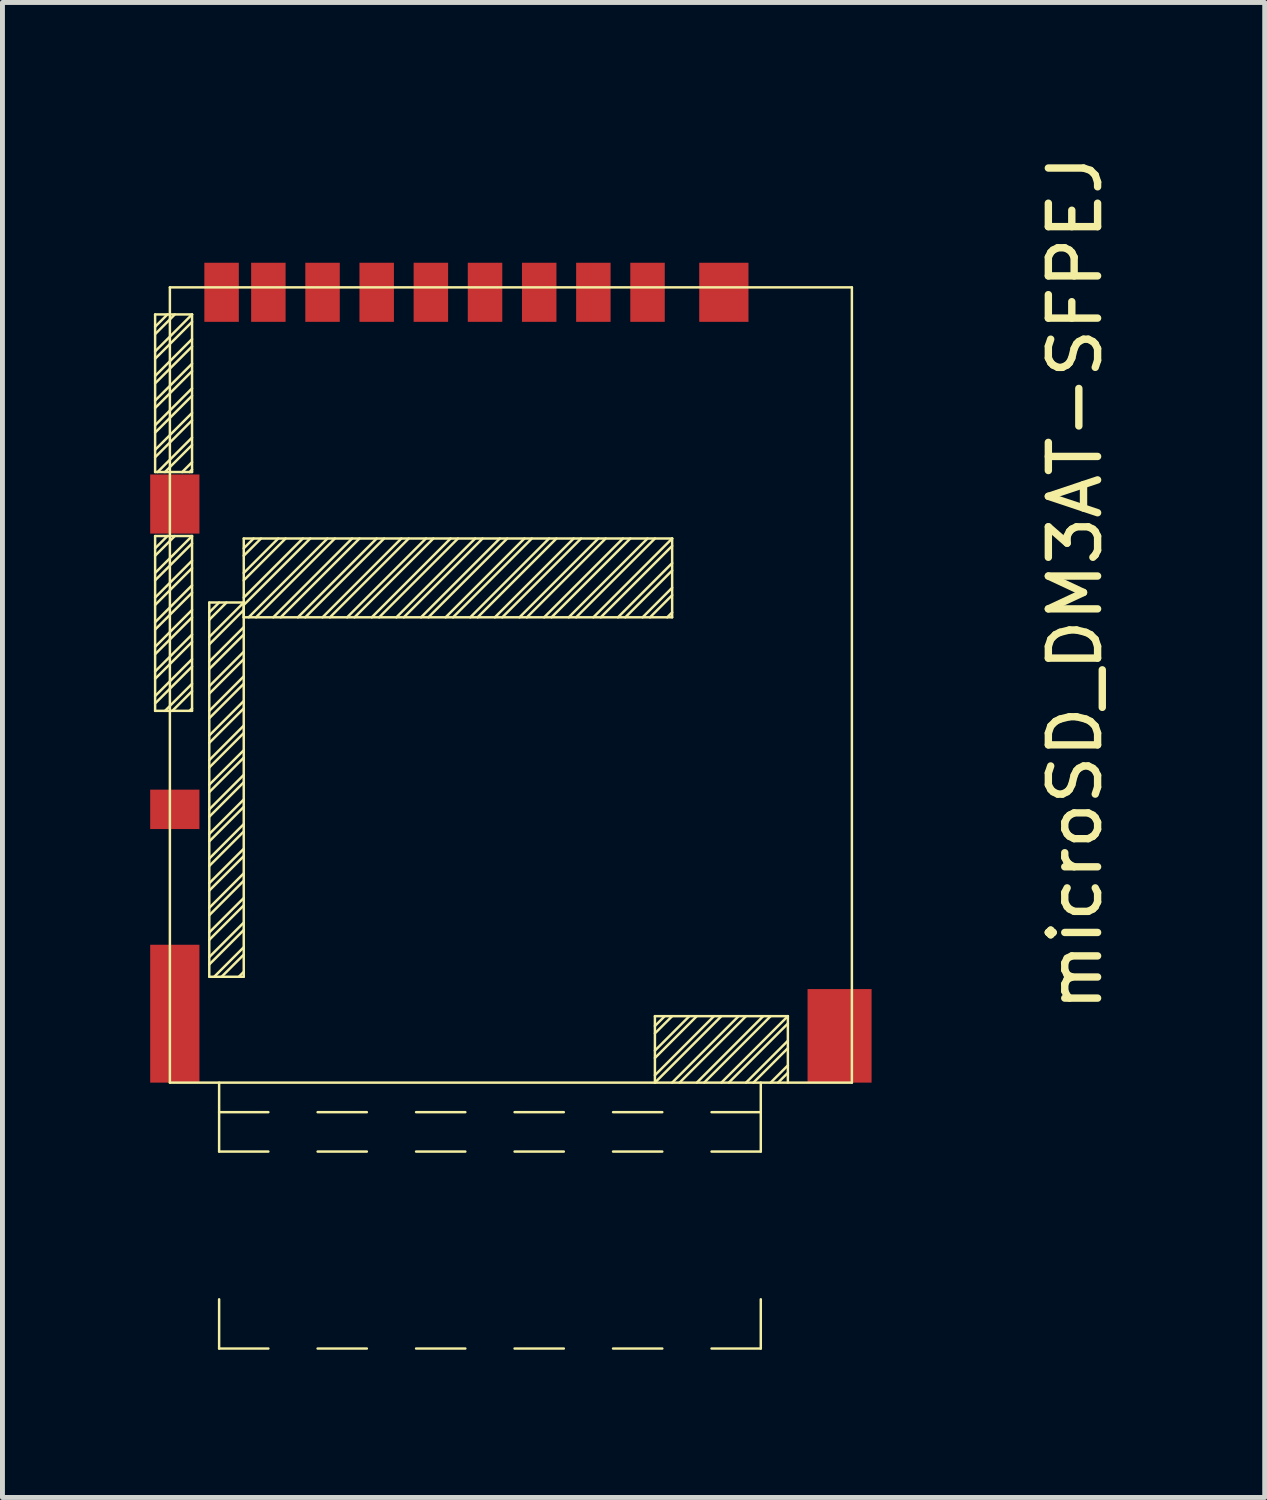
<source format=kicad_pcb>
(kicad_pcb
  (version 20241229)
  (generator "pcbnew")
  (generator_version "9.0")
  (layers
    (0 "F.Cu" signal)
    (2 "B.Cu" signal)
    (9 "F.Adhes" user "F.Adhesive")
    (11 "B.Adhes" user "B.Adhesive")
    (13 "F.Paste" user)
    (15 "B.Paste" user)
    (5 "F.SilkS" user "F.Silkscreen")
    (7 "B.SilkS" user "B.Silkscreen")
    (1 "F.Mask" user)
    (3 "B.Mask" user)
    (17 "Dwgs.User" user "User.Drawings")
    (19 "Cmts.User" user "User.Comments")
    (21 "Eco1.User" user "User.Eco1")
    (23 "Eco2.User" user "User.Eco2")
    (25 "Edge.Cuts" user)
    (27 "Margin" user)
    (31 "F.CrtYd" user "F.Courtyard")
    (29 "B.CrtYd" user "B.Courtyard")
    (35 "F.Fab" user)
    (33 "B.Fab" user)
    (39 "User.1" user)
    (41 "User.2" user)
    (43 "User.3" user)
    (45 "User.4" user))
  (footprint "microSD_DM3AT-SFPEJ"
    (layer "F.Cu")
    (at 1.45 2.886)
    (property "Reference" "microSD_DM3AT-SFPEJ" (at 17.335 5.905 90) (layer "F.SilkS") (effects (font (size 1 1) (thickness 0.15))))
    (attr through_hole)
    (fp_line (start -1.35 0.7) (end -1.1 0.45) (stroke (width 0.05) (type solid)) (layer "F.SilkS"))
    (fp_line (start -1.35 3.65) (end -1.35 0.45) (stroke (width 0.05) (type solid)) (layer "F.SilkS"))
    (fp_line (start -1.35 4.95) (end -0.6 4.95) (stroke (width 0.05) (type solid)) (layer "F.SilkS"))
    (fp_line (start -1.35 5.2) (end -1.1 4.95) (stroke (width 0.05) (type solid)) (layer "F.SilkS"))
    (fp_line (start -1.35 8.5) (end -1.35 4.95) (stroke (width 0.05) (type solid)) (layer "F.SilkS"))
    (fp_line (start -1.05 -0.1) (end -1.05 16.05) (stroke (width 0.05) (type solid)) (layer "F.SilkS"))
    (fp_line (start -1.05 -0.1) (end 12.8 -0.1) (stroke (width 0.05) (type solid)) (layer "F.SilkS"))
    (fp_line (start -1.05 16.05) (end 12.8 16.05) (stroke (width 0.05) (type solid)) (layer "F.SilkS"))
    (fp_line (start -0.95 0.45) (end -1.35 0.85) (stroke (width 0.05) (type solid)) (layer "F.SilkS"))
    (fp_line (start -0.95 4.95) (end -1.35 5.35) (stroke (width 0.05) (type solid)) (layer "F.SilkS"))
    (fp_line (start -0.6 0.45) (end -1.35 0.45) (stroke (width 0.05) (type solid)) (layer "F.SilkS"))
    (fp_line (start -0.6 0.45) (end -1.35 1.2) (stroke (width 0.05) (type solid)) (layer "F.SilkS"))
    (fp_line (start -0.6 0.45) (end -0.6 3.65) (stroke (width 0.05) (type solid)) (layer "F.SilkS"))
    (fp_line (start -0.6 0.6) (end -1.35 1.35) (stroke (width 0.05) (type solid)) (layer "F.SilkS"))
    (fp_line (start -0.6 0.95) (end -1.35 1.7) (stroke (width 0.05) (type solid)) (layer "F.SilkS"))
    (fp_line (start -0.6 1.1) (end -1.35 1.85) (stroke (width 0.05) (type solid)) (layer "F.SilkS"))
    (fp_line (start -0.6 1.45) (end -1.35 2.2) (stroke (width 0.05) (type solid)) (layer "F.SilkS"))
    (fp_line (start -0.6 1.6) (end -1.35 2.35) (stroke (width 0.05) (type solid)) (layer "F.SilkS"))
    (fp_line (start -0.6 1.95) (end -1.35 2.7) (stroke (width 0.05) (type solid)) (layer "F.SilkS"))
    (fp_line (start -0.6 2.1) (end -1.35 2.85) (stroke (width 0.05) (type solid)) (layer "F.SilkS"))
    (fp_line (start -0.6 2.45) (end -1.35 3.2) (stroke (width 0.05) (type solid)) (layer "F.SilkS"))
    (fp_line (start -0.6 2.6) (end -1.35 3.35) (stroke (width 0.05) (type solid)) (layer "F.SilkS"))
    (fp_line (start -0.6 2.95) (end -1.3 3.65) (stroke (width 0.05) (type solid)) (layer "F.SilkS"))
    (fp_line (start -0.6 3.1) (end -1.15 3.65) (stroke (width 0.05) (type solid)) (layer "F.SilkS"))
    (fp_line (start -0.6 3.45) (end -0.8 3.65) (stroke (width 0.05) (type solid)) (layer "F.SilkS"))
    (fp_line (start -0.6 3.6) (end -0.65 3.65) (stroke (width 0.05) (type solid)) (layer "F.SilkS"))
    (fp_line (start -0.6 3.65) (end -1.35 3.65) (stroke (width 0.05) (type solid)) (layer "F.SilkS"))
    (fp_line (start -0.6 4.95) (end -1.35 5.7) (stroke (width 0.05) (type solid)) (layer "F.SilkS"))
    (fp_line (start -0.6 4.95) (end -0.6 8.5) (stroke (width 0.05) (type solid)) (layer "F.SilkS"))
    (fp_line (start -0.6 5.1) (end -1.35 5.85) (stroke (width 0.05) (type solid)) (layer "F.SilkS"))
    (fp_line (start -0.6 5.45) (end -1.35 6.2) (stroke (width 0.05) (type solid)) (layer "F.SilkS"))
    (fp_line (start -0.6 5.6) (end -1.35 6.35) (stroke (width 0.05) (type solid)) (layer "F.SilkS"))
    (fp_line (start -0.6 5.95) (end -1.35 6.7) (stroke (width 0.05) (type solid)) (layer "F.SilkS"))
    (fp_line (start -0.6 6.1) (end -1.35 6.85) (stroke (width 0.05) (type solid)) (layer "F.SilkS"))
    (fp_line (start -0.6 6.45) (end -1.35 7.2) (stroke (width 0.05) (type solid)) (layer "F.SilkS"))
    (fp_line (start -0.6 6.6) (end -1.35 7.35) (stroke (width 0.05) (type solid)) (layer "F.SilkS"))
    (fp_line (start -0.6 6.95) (end -1.35 7.7) (stroke (width 0.05) (type solid)) (layer "F.SilkS"))
    (fp_line (start -0.6 7.1) (end -1.35 7.85) (stroke (width 0.05) (type solid)) (layer "F.SilkS"))
    (fp_line (start -0.6 7.45) (end -1.35 8.2) (stroke (width 0.05) (type solid)) (layer "F.SilkS"))
    (fp_line (start -0.6 7.6) (end -1.35 8.35) (stroke (width 0.05) (type solid)) (layer "F.SilkS"))
    (fp_line (start -0.6 7.95) (end -1.15 8.5) (stroke (width 0.05) (type solid)) (layer "F.SilkS"))
    (fp_line (start -0.6 8.1) (end -1 8.5) (stroke (width 0.05) (type solid)) (layer "F.SilkS"))
    (fp_line (start -0.6 8.45) (end -0.65 8.5) (stroke (width 0.05) (type solid)) (layer "F.SilkS"))
    (fp_line (start -0.6 8.5) (end -1.35 8.5) (stroke (width 0.05) (type solid)) (layer "F.SilkS"))
    (fp_line (start -0.25 6.3) (end 0.45 6.3) (stroke (width 0.05) (type solid)) (layer "F.SilkS"))
    (fp_line (start -0.25 6.5) (end -0.05 6.3) (stroke (width 0.05) (type solid)) (layer "F.SilkS"))
    (fp_line (start -0.25 13.9) (end -0.25 6.3) (stroke (width 0.05) (type solid)) (layer "F.SilkS"))
    (fp_line (start -0.05 16.05) (end -0.05 17.45) (stroke (width 0.05) (type solid)) (layer "F.SilkS"))
    (fp_line (start -0.05 20.45) (end -0.05 21.45) (stroke (width 0.05) (type solid)) (layer "F.SilkS"))
    (fp_line (start 0.1 6.3) (end -0.25 6.65) (stroke (width 0.05) (type solid)) (layer "F.SilkS"))
    (fp_line (start 0.45 5) (end 9.15 5) (stroke (width 0.05) (type solid)) (layer "F.SilkS"))
    (fp_line (start 0.45 6.3) (end -0.25 7) (stroke (width 0.05) (type solid)) (layer "F.SilkS"))
    (fp_line (start 0.45 6.3) (end 0.45 13.9) (stroke (width 0.05) (type solid)) (layer "F.SilkS"))
    (fp_line (start 0.45 6.45) (end -0.25 7.15) (stroke (width 0.05) (type solid)) (layer "F.SilkS"))
    (fp_line (start 0.45 6.6) (end 0.45 5) (stroke (width 0.05) (type solid)) (layer "F.SilkS"))
    (fp_line (start 0.45 6.8) (end -0.25 7.5) (stroke (width 0.05) (type solid)) (layer "F.SilkS"))
    (fp_line (start 0.45 6.95) (end -0.25 7.65) (stroke (width 0.05) (type solid)) (layer "F.SilkS"))
    (fp_line (start 0.45 7.3) (end -0.25 8) (stroke (width 0.05) (type solid)) (layer "F.SilkS"))
    (fp_line (start 0.45 7.45) (end -0.25 8.15) (stroke (width 0.05) (type solid)) (layer "F.SilkS"))
    (fp_line (start 0.45 7.8) (end -0.25 8.5) (stroke (width 0.05) (type solid)) (layer "F.SilkS"))
    (fp_line (start 0.45 7.95) (end -0.25 8.65) (stroke (width 0.05) (type solid)) (layer "F.SilkS"))
    (fp_line (start 0.45 8.3) (end -0.25 9) (stroke (width 0.05) (type solid)) (layer "F.SilkS"))
    (fp_line (start 0.45 8.45) (end -0.25 9.15) (stroke (width 0.05) (type solid)) (layer "F.SilkS"))
    (fp_line (start 0.45 8.8) (end -0.25 9.5) (stroke (width 0.05) (type solid)) (layer "F.SilkS"))
    (fp_line (start 0.45 8.95) (end -0.25 9.65) (stroke (width 0.05) (type solid)) (layer "F.SilkS"))
    (fp_line (start 0.45 9.3) (end -0.25 10) (stroke (width 0.05) (type solid)) (layer "F.SilkS"))
    (fp_line (start 0.45 9.45) (end -0.25 10.15) (stroke (width 0.05) (type solid)) (layer "F.SilkS"))
    (fp_line (start 0.45 9.8) (end -0.25 10.5) (stroke (width 0.05) (type solid)) (layer "F.SilkS"))
    (fp_line (start 0.45 9.95) (end -0.25 10.65) (stroke (width 0.05) (type solid)) (layer "F.SilkS"))
    (fp_line (start 0.45 10.3) (end -0.25 11) (stroke (width 0.05) (type solid)) (layer "F.SilkS"))
    (fp_line (start 0.45 10.45) (end -0.25 11.15) (stroke (width 0.05) (type solid)) (layer "F.SilkS"))
    (fp_line (start 0.45 10.8) (end -0.25 11.5) (stroke (width 0.05) (type solid)) (layer "F.SilkS"))
    (fp_line (start 0.45 10.95) (end -0.25 11.65) (stroke (width 0.05) (type solid)) (layer "F.SilkS"))
    (fp_line (start 0.45 11.3) (end -0.25 12) (stroke (width 0.05) (type solid)) (layer "F.SilkS"))
    (fp_line (start 0.45 11.45) (end -0.25 12.15) (stroke (width 0.05) (type solid)) (layer "F.SilkS"))
    (fp_line (start 0.45 11.8) (end -0.25 12.5) (stroke (width 0.05) (type solid)) (layer "F.SilkS"))
    (fp_line (start 0.45 11.95) (end -0.25 12.65) (stroke (width 0.05) (type solid)) (layer "F.SilkS"))
    (fp_line (start 0.45 12.3) (end -0.25 13) (stroke (width 0.05) (type solid)) (layer "F.SilkS"))
    (fp_line (start 0.45 12.45) (end -0.25 13.15) (stroke (width 0.05) (type solid)) (layer "F.SilkS"))
    (fp_line (start 0.45 12.8) (end -0.25 13.5) (stroke (width 0.05) (type solid)) (layer "F.SilkS"))
    (fp_line (start 0.45 12.95) (end -0.25 13.65) (stroke (width 0.05) (type solid)) (layer "F.SilkS"))
    (fp_line (start 0.45 13.3) (end -0.15 13.9) (stroke (width 0.05) (type solid)) (layer "F.SilkS"))
    (fp_line (start 0.45 13.45) (end 0 13.9) (stroke (width 0.05) (type solid)) (layer "F.SilkS"))
    (fp_line (start 0.45 13.8) (end 0.35 13.9) (stroke (width 0.05) (type solid)) (layer "F.SilkS"))
    (fp_line (start 0.45 13.9) (end -0.25 13.9) (stroke (width 0.05) (type solid)) (layer "F.SilkS"))
    (fp_line (start 0.65 5) (end 0.45 5.2) (stroke (width 0.05) (type solid)) (layer "F.SilkS"))
    (fp_line (start 0.8 5) (end 0.45 5.35) (stroke (width 0.05) (type solid)) (layer "F.SilkS"))
    (fp_line (start 0.95 16.65) (end -0.05 16.65) (stroke (width 0.05) (type solid)) (layer "F.SilkS"))
    (fp_line (start 0.95 17.45) (end -0.05 17.45) (stroke (width 0.05) (type solid)) (layer "F.SilkS"))
    (fp_line (start 0.95 21.45) (end -0.05 21.45) (stroke (width 0.05) (type solid)) (layer "F.SilkS"))
    (fp_line (start 1.15 5) (end 0.45 5.7) (stroke (width 0.05) (type solid)) (layer "F.SilkS"))
    (fp_line (start 1.3 5) (end 0.45 5.85) (stroke (width 0.05) (type solid)) (layer "F.SilkS"))
    (fp_line (start 1.65 5) (end 0.45 6.2) (stroke (width 0.05) (type solid)) (layer "F.SilkS"))
    (fp_line (start 1.8 5) (end 0.45 6.35) (stroke (width 0.05) (type solid)) (layer "F.SilkS"))
    (fp_line (start 1.95 16.65) (end 2.95 16.65) (stroke (width 0.05) (type solid)) (layer "F.SilkS"))
    (fp_line (start 1.95 17.45) (end 2.95 17.45) (stroke (width 0.05) (type solid)) (layer "F.SilkS"))
    (fp_line (start 1.95 21.45) (end 2.95 21.45) (stroke (width 0.05) (type solid)) (layer "F.SilkS"))
    (fp_line (start 2.15 5) (end 0.55 6.6) (stroke (width 0.05) (type solid)) (layer "F.SilkS"))
    (fp_line (start 2.3 5) (end 0.7 6.6) (stroke (width 0.05) (type solid)) (layer "F.SilkS"))
    (fp_line (start 2.65 5) (end 1.05 6.6) (stroke (width 0.05) (type solid)) (layer "F.SilkS"))
    (fp_line (start 2.8 5) (end 1.2 6.6) (stroke (width 0.05) (type solid)) (layer "F.SilkS"))
    (fp_line (start 3.15 5) (end 1.55 6.6) (stroke (width 0.05) (type solid)) (layer "F.SilkS"))
    (fp_line (start 3.3 5) (end 1.7 6.6) (stroke (width 0.05) (type solid)) (layer "F.SilkS"))
    (fp_line (start 3.65 5) (end 2.05 6.6) (stroke (width 0.05) (type solid)) (layer "F.SilkS"))
    (fp_line (start 3.8 5) (end 2.2 6.6) (stroke (width 0.05) (type solid)) (layer "F.SilkS"))
    (fp_line (start 4.15 5) (end 2.55 6.6) (stroke (width 0.05) (type solid)) (layer "F.SilkS"))
    (fp_line (start 4.3 5) (end 2.7 6.6) (stroke (width 0.05) (type solid)) (layer "F.SilkS"))
    (fp_line (start 4.65 5) (end 3.05 6.6) (stroke (width 0.05) (type solid)) (layer "F.SilkS"))
    (fp_line (start 4.8 5) (end 3.2 6.6) (stroke (width 0.05) (type solid)) (layer "F.SilkS"))
    (fp_line (start 4.95 16.65) (end 3.95 16.65) (stroke (width 0.05) (type solid)) (layer "F.SilkS"))
    (fp_line (start 4.95 17.45) (end 3.95 17.45) (stroke (width 0.05) (type solid)) (layer "F.SilkS"))
    (fp_line (start 4.95 21.45) (end 3.95 21.45) (stroke (width 0.05) (type solid)) (layer "F.SilkS"))
    (fp_line (start 5.15 5) (end 3.55 6.6) (stroke (width 0.05) (type solid)) (layer "F.SilkS"))
    (fp_line (start 5.3 5) (end 3.7 6.6) (stroke (width 0.05) (type solid)) (layer "F.SilkS"))
    (fp_line (start 5.65 5) (end 4.05 6.6) (stroke (width 0.05) (type solid)) (layer "F.SilkS"))
    (fp_line (start 5.8 5) (end 4.2 6.6) (stroke (width 0.05) (type solid)) (layer "F.SilkS"))
    (fp_line (start 6.15 5) (end 4.55 6.6) (stroke (width 0.05) (type solid)) (layer "F.SilkS"))
    (fp_line (start 6.3 5) (end 4.7 6.6) (stroke (width 0.05) (type solid)) (layer "F.SilkS"))
    (fp_line (start 6.65 5) (end 5.05 6.6) (stroke (width 0.05) (type solid)) (layer "F.SilkS"))
    (fp_line (start 6.8 5) (end 5.2 6.6) (stroke (width 0.05) (type solid)) (layer "F.SilkS"))
    (fp_line (start 6.95 16.65) (end 5.95 16.65) (stroke (width 0.05) (type solid)) (layer "F.SilkS"))
    (fp_line (start 6.95 17.45) (end 5.95 17.45) (stroke (width 0.05) (type solid)) (layer "F.SilkS"))
    (fp_line (start 6.95 21.45) (end 5.95 21.45) (stroke (width 0.05) (type solid)) (layer "F.SilkS"))
    (fp_line (start 7.15 5) (end 5.55 6.6) (stroke (width 0.05) (type solid)) (layer "F.SilkS"))
    (fp_line (start 7.3 5) (end 5.7 6.6) (stroke (width 0.05) (type solid)) (layer "F.SilkS"))
    (fp_line (start 7.65 5) (end 6.05 6.6) (stroke (width 0.05) (type solid)) (layer "F.SilkS"))
    (fp_line (start 7.8 5) (end 6.2 6.6) (stroke (width 0.05) (type solid)) (layer "F.SilkS"))
    (fp_line (start 8.15 5) (end 6.55 6.6) (stroke (width 0.05) (type solid)) (layer "F.SilkS"))
    (fp_line (start 8.2 6.6) (end 9.15 5.65) (stroke (width 0.05) (type solid)) (layer "F.SilkS"))
    (fp_line (start 8.3 5) (end 6.7 6.6) (stroke (width 0.05) (type solid)) (layer "F.SilkS"))
    (fp_line (start 8.65 5) (end 7.05 6.6) (stroke (width 0.05) (type solid)) (layer "F.SilkS"))
    (fp_line (start 8.7 6.6) (end 9.15 6.15) (stroke (width 0.05) (type solid)) (layer "F.SilkS"))
    (fp_line (start 8.8 5) (end 7.2 6.6) (stroke (width 0.05) (type solid)) (layer "F.SilkS"))
    (fp_line (start 8.8 14.7) (end 11.5 14.7) (stroke (width 0.05) (type solid)) (layer "F.SilkS"))
    (fp_line (start 8.8 16.05) (end 8.8 14.7) (stroke (width 0.05) (type solid)) (layer "F.SilkS"))
    (fp_line (start 8.95 16.65) (end 7.95 16.65) (stroke (width 0.05) (type solid)) (layer "F.SilkS"))
    (fp_line (start 8.95 17.45) (end 7.95 17.45) (stroke (width 0.05) (type solid)) (layer "F.SilkS"))
    (fp_line (start 8.95 21.45) (end 7.95 21.45) (stroke (width 0.05) (type solid)) (layer "F.SilkS"))
    (fp_line (start 9 14.7) (end 8.8 14.9) (stroke (width 0.05) (type solid)) (layer "F.SilkS"))
    (fp_line (start 9.15 5) (end 7.55 6.6) (stroke (width 0.05) (type solid)) (layer "F.SilkS"))
    (fp_line (start 9.15 5) (end 9.15 6.6) (stroke (width 0.05) (type solid)) (layer "F.SilkS"))
    (fp_line (start 9.15 5.15) (end 7.7 6.6) (stroke (width 0.05) (type solid)) (layer "F.SilkS"))
    (fp_line (start 9.15 5.5) (end 8.05 6.6) (stroke (width 0.05) (type solid)) (layer "F.SilkS"))
    (fp_line (start 9.15 6) (end 8.55 6.6) (stroke (width 0.05) (type solid)) (layer "F.SilkS"))
    (fp_line (start 9.15 6.5) (end 9.05 6.6) (stroke (width 0.05) (type solid)) (layer "F.SilkS"))
    (fp_line (start 9.15 6.6) (end 0.45 6.6) (stroke (width 0.05) (type solid)) (layer "F.SilkS"))
    (fp_line (start 9.15 14.7) (end 8.8 15.05) (stroke (width 0.05) (type solid)) (layer "F.SilkS"))
    (fp_line (start 9.5 14.7) (end 8.8 15.4) (stroke (width 0.05) (type solid)) (layer "F.SilkS"))
    (fp_line (start 9.65 14.7) (end 8.8 15.55) (stroke (width 0.05) (type solid)) (layer "F.SilkS"))
    (fp_line (start 10 14.7) (end 8.8 15.9) (stroke (width 0.05) (type solid)) (layer "F.SilkS"))
    (fp_line (start 10.15 14.7) (end 8.8 16.05) (stroke (width 0.05) (type solid)) (layer "F.SilkS"))
    (fp_line (start 10.5 14.7) (end 9.15 16.05) (stroke (width 0.05) (type solid)) (layer "F.SilkS"))
    (fp_line (start 10.65 14.7) (end 9.3 16.05) (stroke (width 0.05) (type solid)) (layer "F.SilkS"))
    (fp_line (start 10.95 16.65) (end 9.95 16.65) (stroke (width 0.05) (type solid)) (layer "F.SilkS"))
    (fp_line (start 10.95 17.45) (end 9.95 17.45) (stroke (width 0.05) (type solid)) (layer "F.SilkS"))
    (fp_line (start 10.95 17.45) (end 10.95 16.05) (stroke (width 0.05) (type solid)) (layer "F.SilkS"))
    (fp_line (start 10.95 21.45) (end 9.95 21.45) (stroke (width 0.05) (type solid)) (layer "F.SilkS"))
    (fp_line (start 10.95 21.45) (end 10.95 20.45) (stroke (width 0.05) (type solid)) (layer "F.SilkS"))
    (fp_line (start 11 14.7) (end 9.65 16.05) (stroke (width 0.05) (type solid)) (layer "F.SilkS"))
    (fp_line (start 11.15 14.7) (end 9.8 16.05) (stroke (width 0.05) (type solid)) (layer "F.SilkS"))
    (fp_line (start 11.5 14.7) (end 10.15 16.05) (stroke (width 0.05) (type solid)) (layer "F.SilkS"))
    (fp_line (start 11.5 14.7) (end 11.5 16.05) (stroke (width 0.05) (type solid)) (layer "F.SilkS"))
    (fp_line (start 11.5 14.85) (end 10.3 16.05) (stroke (width 0.05) (type solid)) (layer "F.SilkS"))
    (fp_line (start 11.5 15.2) (end 10.65 16.05) (stroke (width 0.05) (type solid)) (layer "F.SilkS"))
    (fp_line (start 11.5 15.35) (end 10.8 16.05) (stroke (width 0.05) (type solid)) (layer "F.SilkS"))
    (fp_line (start 11.5 15.7) (end 11.15 16.05) (stroke (width 0.05) (type solid)) (layer "F.SilkS"))
    (fp_line (start 11.5 15.85) (end 11.3 16.05) (stroke (width 0.05) (type solid)) (layer "F.SilkS"))
    (fp_line (start 12.8 -0.1) (end 12.8 16.05) (stroke (width 0.05) (type solid)) (layer "F.SilkS"))
    (pad "1" smd rect (at 7.55 0) (size 0.7 1.2) (layers "F.Cu" "F.Mask" "F.Paste"))
    (pad "2" smd rect (at 6.45 0) (size 0.7 1.2) (layers "F.Cu" "F.Mask" "F.Paste"))
    (pad "3" smd rect (at 10.2 0) (size 1 1.2) (layers "F.Cu" "F.Mask" "F.Paste"))
    (pad "4" smd rect (at 5.35 0) (size 0.7 1.2) (layers "F.Cu" "F.Mask" "F.Paste"))
    (pad "5" smd rect (at 4.25 0) (size 0.7 1.2) (layers "F.Cu" "F.Mask" "F.Paste"))
    (pad "6" smd rect (at -0.95 4.3) (size 1 1.2) (layers "F.Cu" "F.Mask" "F.Paste"))
    (pad "6" smd rect (at 3.15 0) (size 0.7 1.2) (layers "F.Cu" "F.Mask" "F.Paste"))
    (pad "7" smd rect (at 2.05 0) (size 0.7 1.2) (layers "F.Cu" "F.Mask" "F.Paste"))
    (pad "8" smd rect (at 0.95 0) (size 0.7 1.2) (layers "F.Cu" "F.Mask" "F.Paste"))
    (pad "9" smd rect (at 8.65 0) (size 0.7 1.2) (layers "F.Cu" "F.Mask" "F.Paste"))
    (pad "10" smd rect (at 0 0) (size 0.7 1.2) (layers "F.Cu" "F.Mask" "F.Paste"))
    (pad "11" smd rect (at -0.95 10.5) (size 1 0.8) (layers "F.Cu" "F.Mask" "F.Paste"))
    (pad "12" smd rect (at -0.95 14.65) (size 1 2.8) (layers "F.Cu" "F.Mask" "F.Paste"))
    (pad "13" smd rect (at 12.55 15.1) (size 1.3 1.9) (layers "F.Cu" "F.Mask" "F.Paste")))
  (gr_rect
    (start -3 -3)
    (end 22.634 27.361)
    (stroke (width 0.1) (type default))
    (fill no)
    (layer "Edge.Cuts")))
</source>
